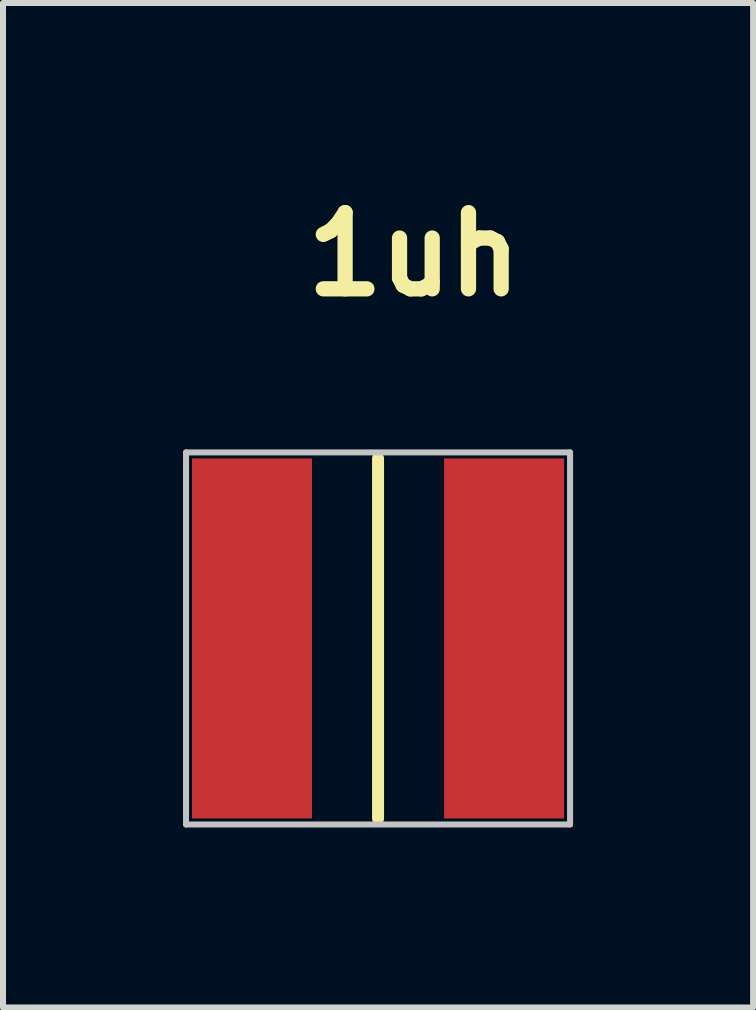
<source format=kicad_pcb>
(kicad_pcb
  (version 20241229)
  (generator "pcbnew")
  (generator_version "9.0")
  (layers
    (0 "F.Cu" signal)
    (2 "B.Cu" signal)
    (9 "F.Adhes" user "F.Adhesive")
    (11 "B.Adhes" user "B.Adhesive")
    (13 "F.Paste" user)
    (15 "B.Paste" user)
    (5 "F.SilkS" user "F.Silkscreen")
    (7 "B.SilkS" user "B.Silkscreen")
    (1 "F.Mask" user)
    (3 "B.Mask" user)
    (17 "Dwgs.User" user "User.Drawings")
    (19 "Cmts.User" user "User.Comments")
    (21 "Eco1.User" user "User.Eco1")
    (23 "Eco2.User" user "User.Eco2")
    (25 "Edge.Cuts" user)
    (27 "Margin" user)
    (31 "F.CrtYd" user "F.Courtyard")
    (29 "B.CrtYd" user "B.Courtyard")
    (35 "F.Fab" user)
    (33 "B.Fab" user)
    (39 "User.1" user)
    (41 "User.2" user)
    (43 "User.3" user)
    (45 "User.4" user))
  (footprint "1uh"
    (layer "F.Cu")
    (at 3.25 7.589)
    (property "Reference" "1uh" (at 0.6 -6.4 0) (layer "F.SilkS") (effects (font (size 1.27 1.27) (thickness 0.254))))
    (attr smd)
    (fp_line (start 0 -3) (end 0 3) (stroke (width 0.2) (type solid)) (layer "F.SilkS"))
    (fp_line (start -3.2 -3.1) (end 3.2 -3.1) (stroke (width 0.1) (type solid)) (layer "Dwgs.User"))
    (fp_line (start -3.2 3.1) (end -3.2 -3.1) (stroke (width 0.1) (type solid)) (layer "Dwgs.User"))
    (fp_line (start 3.2 -3.1) (end 3.2 3.1) (stroke (width 0.1) (type solid)) (layer "Dwgs.User"))
    (fp_line (start 3.2 3.1) (end -3.2 3.1) (stroke (width 0.1) (type solid)) (layer "Dwgs.User"))
    (pad "1" smd rect (at -2.1 0) (size 2 6) (layers "F.Cu" "F.Mask" "F.Paste"))
    (pad "2" smd rect (at 2.1 0) (size 2 6) (layers "F.Cu" "F.Mask" "F.Paste")))
  (gr_rect
    (start -3 -3)
    (end 9.5 13.739)
    (stroke (width 0.1) (type default))
    (fill no)
    (layer "Edge.Cuts")))
</source>
